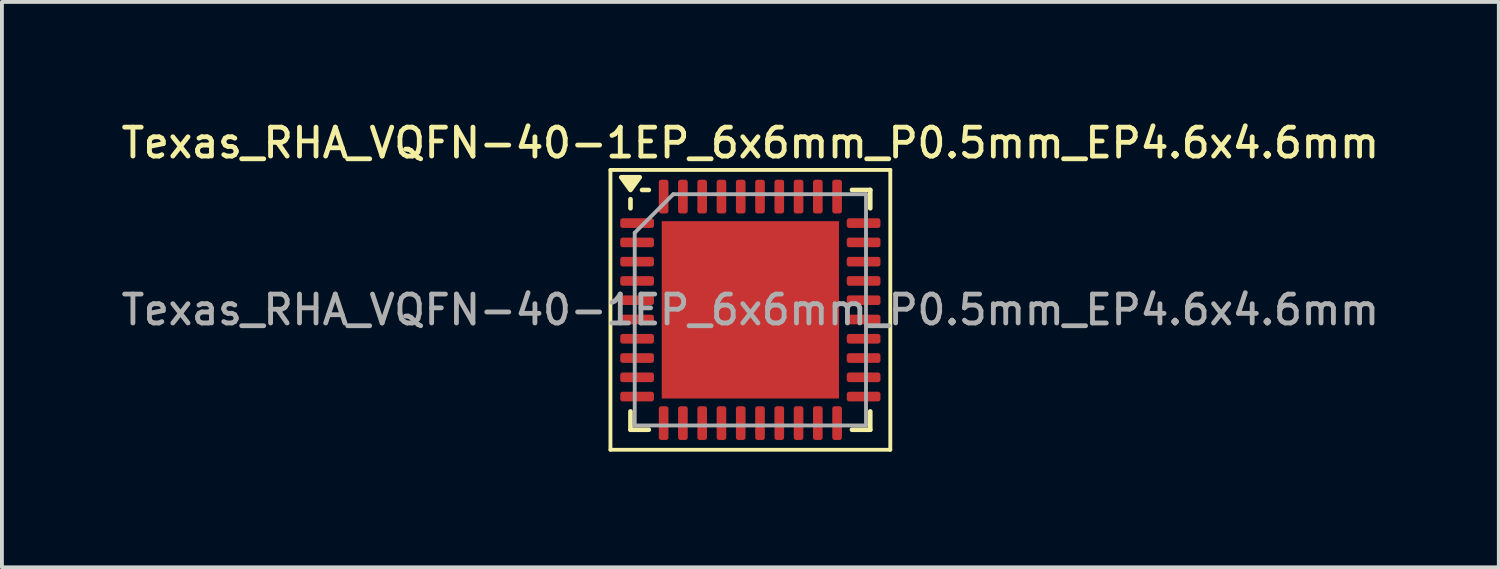
<source format=kicad_pcb>
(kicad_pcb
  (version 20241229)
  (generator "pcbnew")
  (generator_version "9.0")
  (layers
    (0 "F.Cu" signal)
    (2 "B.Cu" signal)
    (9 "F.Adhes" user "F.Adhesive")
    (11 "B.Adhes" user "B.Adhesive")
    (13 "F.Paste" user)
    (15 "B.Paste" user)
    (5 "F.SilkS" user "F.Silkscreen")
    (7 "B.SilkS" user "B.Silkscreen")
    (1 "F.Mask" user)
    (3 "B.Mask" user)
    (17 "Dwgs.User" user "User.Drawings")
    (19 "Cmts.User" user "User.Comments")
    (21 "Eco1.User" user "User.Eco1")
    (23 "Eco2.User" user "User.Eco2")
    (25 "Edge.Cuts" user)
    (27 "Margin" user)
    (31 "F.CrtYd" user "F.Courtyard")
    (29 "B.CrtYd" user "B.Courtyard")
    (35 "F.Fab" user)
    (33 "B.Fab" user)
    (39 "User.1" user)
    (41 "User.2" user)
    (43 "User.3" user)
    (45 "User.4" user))
  (footprint "Texas_RHA_VQFN-40-1EP_6x6mm_P0.5mm_EP4.6x4.6mm"
    (layer "F.Cu")
    (at 16.416 4.988)
    (property "Reference" "Texas_RHA_VQFN-40-1EP_6x6mm_P0.5mm_EP4.6x4.6mm" (at 0 -4.33 0) (layer "F.SilkS") (effects (font (size 0.75 0.75) (thickness 0.125))))
    (attr smd)
    (fp_line (start -3.63 -3.63) (end -3.63 3.63) (stroke (width 0.1) (type solid)) (layer "F.SilkS"))
    (fp_line (start -3.63 3.63) (end 3.63 3.63) (stroke (width 0.1) (type solid)) (layer "F.SilkS"))
    (fp_line (start -3.11 -2.635) (end -3.11 -2.87) (stroke (width 0.12) (type solid)) (layer "F.SilkS"))
    (fp_line (start -3.11 3.11) (end -3.11 2.635) (stroke (width 0.12) (type solid)) (layer "F.SilkS"))
    (fp_line (start -2.635 -3.11) (end -2.81 -3.11) (stroke (width 0.12) (type solid)) (layer "F.SilkS"))
    (fp_line (start -2.635 3.11) (end -3.11 3.11) (stroke (width 0.12) (type solid)) (layer "F.SilkS"))
    (fp_line (start 2.635 -3.11) (end 3.11 -3.11) (stroke (width 0.12) (type solid)) (layer "F.SilkS"))
    (fp_line (start 2.635 3.11) (end 3.11 3.11) (stroke (width 0.12) (type solid)) (layer "F.SilkS"))
    (fp_line (start 3.11 -3.11) (end 3.11 -2.635) (stroke (width 0.12) (type solid)) (layer "F.SilkS"))
    (fp_line (start 3.11 3.11) (end 3.11 2.635) (stroke (width 0.12) (type solid)) (layer "F.SilkS"))
    (fp_line (start 3.63 -3.63) (end -3.63 -3.63) (stroke (width 0.1) (type solid)) (layer "F.SilkS"))
    (fp_line (start 3.63 3.63) (end 3.63 -3.63) (stroke (width 0.1) (type solid)) (layer "F.SilkS"))
    (fp_poly (pts (xy -3.11 -3.11) (xy -3.35 -3.44) (xy -2.87 -3.44) (xy -3.11 -3.11)) (stroke (width 0.12) (type solid)) (fill yes) (layer "F.SilkS"))
    (fp_line (start -3 -2) (end -2 -3) (stroke (width 0.1) (type solid)) (layer "F.Fab"))
    (fp_line (start -3 3) (end -3 -2) (stroke (width 0.1) (type solid)) (layer "F.Fab"))
    (fp_line (start -2 -3) (end 3 -3) (stroke (width 0.1) (type solid)) (layer "F.Fab"))
    (fp_line (start 3 -3) (end 3 3) (stroke (width 0.1) (type solid)) (layer "F.Fab"))
    (fp_line (start 3 3) (end -3 3) (stroke (width 0.1) (type solid)) (layer "F.Fab"))
    (fp_text user "${REFERENCE}" (at 0 0 0) (layer "F.Fab") (effects (font (size 0.75 0.75) (thickness 0.125))))
    (pad "" smd roundrect (at -1.53 -1.53) (size 1.24 1.24) (layers "F.Paste") (roundrect_rratio 0.202))
    (pad "" smd roundrect (at -1.53 0) (size 1.24 1.24) (layers "F.Paste") (roundrect_rratio 0.202))
    (pad "" smd roundrect (at -1.53 1.53) (size 1.24 1.24) (layers "F.Paste") (roundrect_rratio 0.202))
    (pad "" smd roundrect (at 0 -1.53) (size 1.24 1.24) (layers "F.Paste") (roundrect_rratio 0.202))
    (pad "" smd roundrect (at 0 0) (size 1.24 1.24) (layers "F.Paste") (roundrect_rratio 0.202))
    (pad "" smd roundrect (at 0 1.53) (size 1.24 1.24) (layers "F.Paste") (roundrect_rratio 0.202))
    (pad "" smd roundrect (at 1.53 -1.53) (size 1.24 1.24) (layers "F.Paste") (roundrect_rratio 0.202))
    (pad "" smd roundrect (at 1.53 0) (size 1.24 1.24) (layers "F.Paste") (roundrect_rratio 0.202))
    (pad "" smd roundrect (at 1.53 1.53) (size 1.24 1.24) (layers "F.Paste") (roundrect_rratio 0.202))
    (pad "1" smd roundrect (at -2.938 -2.25) (size 0.875 0.25) (layers "F.Cu" "F.Mask" "F.Paste") (roundrect_rratio 0.25))
    (pad "2" smd roundrect (at -2.938 -1.75) (size 0.875 0.25) (layers "F.Cu" "F.Mask" "F.Paste") (roundrect_rratio 0.25))
    (pad "3" smd roundrect (at -2.938 -1.25) (size 0.875 0.25) (layers "F.Cu" "F.Mask" "F.Paste") (roundrect_rratio 0.25))
    (pad "4" smd roundrect (at -2.938 -0.75) (size 0.875 0.25) (layers "F.Cu" "F.Mask" "F.Paste") (roundrect_rratio 0.25))
    (pad "5" smd roundrect (at -2.938 -0.25) (size 0.875 0.25) (layers "F.Cu" "F.Mask" "F.Paste") (roundrect_rratio 0.25))
    (pad "6" smd roundrect (at -2.938 0.25) (size 0.875 0.25) (layers "F.Cu" "F.Mask" "F.Paste") (roundrect_rratio 0.25))
    (pad "7" smd roundrect (at -2.938 0.75) (size 0.875 0.25) (layers "F.Cu" "F.Mask" "F.Paste") (roundrect_rratio 0.25))
    (pad "8" smd roundrect (at -2.938 1.25) (size 0.875 0.25) (layers "F.Cu" "F.Mask" "F.Paste") (roundrect_rratio 0.25))
    (pad "9" smd roundrect (at -2.938 1.75) (size 0.875 0.25) (layers "F.Cu" "F.Mask" "F.Paste") (roundrect_rratio 0.25))
    (pad "10" smd roundrect (at -2.938 2.25) (size 0.875 0.25) (layers "F.Cu" "F.Mask" "F.Paste") (roundrect_rratio 0.25))
    (pad "11" smd roundrect (at -2.25 2.938) (size 0.25 0.875) (layers "F.Cu" "F.Mask" "F.Paste") (roundrect_rratio 0.25))
    (pad "12" smd roundrect (at -1.75 2.938) (size 0.25 0.875) (layers "F.Cu" "F.Mask" "F.Paste") (roundrect_rratio 0.25))
    (pad "13" smd roundrect (at -1.25 2.938) (size 0.25 0.875) (layers "F.Cu" "F.Mask" "F.Paste") (roundrect_rratio 0.25))
    (pad "14" smd roundrect (at -0.75 2.938) (size 0.25 0.875) (layers "F.Cu" "F.Mask" "F.Paste") (roundrect_rratio 0.25))
    (pad "15" smd roundrect (at -0.25 2.938) (size 0.25 0.875) (layers "F.Cu" "F.Mask" "F.Paste") (roundrect_rratio 0.25))
    (pad "16" smd roundrect (at 0.25 2.938) (size 0.25 0.875) (layers "F.Cu" "F.Mask" "F.Paste") (roundrect_rratio 0.25))
    (pad "17" smd roundrect (at 0.75 2.938) (size 0.25 0.875) (layers "F.Cu" "F.Mask" "F.Paste") (roundrect_rratio 0.25))
    (pad "18" smd roundrect (at 1.25 2.938) (size 0.25 0.875) (layers "F.Cu" "F.Mask" "F.Paste") (roundrect_rratio 0.25))
    (pad "19" smd roundrect (at 1.75 2.938) (size 0.25 0.875) (layers "F.Cu" "F.Mask" "F.Paste") (roundrect_rratio 0.25))
    (pad "20" smd roundrect (at 2.25 2.938) (size 0.25 0.875) (layers "F.Cu" "F.Mask" "F.Paste") (roundrect_rratio 0.25))
    (pad "21" smd roundrect (at 2.938 2.25) (size 0.875 0.25) (layers "F.Cu" "F.Mask" "F.Paste") (roundrect_rratio 0.25))
    (pad "22" smd roundrect (at 2.938 1.75) (size 0.875 0.25) (layers "F.Cu" "F.Mask" "F.Paste") (roundrect_rratio 0.25))
    (pad "23" smd roundrect (at 2.938 1.25) (size 0.875 0.25) (layers "F.Cu" "F.Mask" "F.Paste") (roundrect_rratio 0.25))
    (pad "24" smd roundrect (at 2.938 0.75) (size 0.875 0.25) (layers "F.Cu" "F.Mask" "F.Paste") (roundrect_rratio 0.25))
    (pad "25" smd roundrect (at 2.938 0.25) (size 0.875 0.25) (layers "F.Cu" "F.Mask" "F.Paste") (roundrect_rratio 0.25))
    (pad "26" smd roundrect (at 2.938 -0.25) (size 0.875 0.25) (layers "F.Cu" "F.Mask" "F.Paste") (roundrect_rratio 0.25))
    (pad "27" smd roundrect (at 2.938 -0.75) (size 0.875 0.25) (layers "F.Cu" "F.Mask" "F.Paste") (roundrect_rratio 0.25))
    (pad "28" smd roundrect (at 2.938 -1.25) (size 0.875 0.25) (layers "F.Cu" "F.Mask" "F.Paste") (roundrect_rratio 0.25))
    (pad "29" smd roundrect (at 2.938 -1.75) (size 0.875 0.25) (layers "F.Cu" "F.Mask" "F.Paste") (roundrect_rratio 0.25))
    (pad "30" smd roundrect (at 2.938 -2.25) (size 0.875 0.25) (layers "F.Cu" "F.Mask" "F.Paste") (roundrect_rratio 0.25))
    (pad "31" smd roundrect (at 2.25 -2.938) (size 0.25 0.875) (layers "F.Cu" "F.Mask" "F.Paste") (roundrect_rratio 0.25))
    (pad "32" smd roundrect (at 1.75 -2.938) (size 0.25 0.875) (layers "F.Cu" "F.Mask" "F.Paste") (roundrect_rratio 0.25))
    (pad "33" smd roundrect (at 1.25 -2.938) (size 0.25 0.875) (layers "F.Cu" "F.Mask" "F.Paste") (roundrect_rratio 0.25))
    (pad "34" smd roundrect (at 0.75 -2.938) (size 0.25 0.875) (layers "F.Cu" "F.Mask" "F.Paste") (roundrect_rratio 0.25))
    (pad "35" smd roundrect (at 0.25 -2.938) (size 0.25 0.875) (layers "F.Cu" "F.Mask" "F.Paste") (roundrect_rratio 0.25))
    (pad "36" smd roundrect (at -0.25 -2.938) (size 0.25 0.875) (layers "F.Cu" "F.Mask" "F.Paste") (roundrect_rratio 0.25))
    (pad "37" smd roundrect (at -0.75 -2.938) (size 0.25 0.875) (layers "F.Cu" "F.Mask" "F.Paste") (roundrect_rratio 0.25))
    (pad "38" smd roundrect (at -1.25 -2.938) (size 0.25 0.875) (layers "F.Cu" "F.Mask" "F.Paste") (roundrect_rratio 0.25))
    (pad "39" smd roundrect (at -1.75 -2.938) (size 0.25 0.875) (layers "F.Cu" "F.Mask" "F.Paste") (roundrect_rratio 0.25))
    (pad "40" smd roundrect (at -2.25 -2.938) (size 0.25 0.875) (layers "F.Cu" "F.Mask" "F.Paste") (roundrect_rratio 0.25))
    (pad "41" smd rect (at 0 0) (size 4.6 4.6) (property pad_prop_heatsink) (layers "F.Cu" "F.Mask")))
  (gr_rect
    (start -3 -3)
    (end 35.832 11.668)
    (stroke (width 0.1) (type default))
    (fill no)
    (layer "Edge.Cuts")))
</source>
